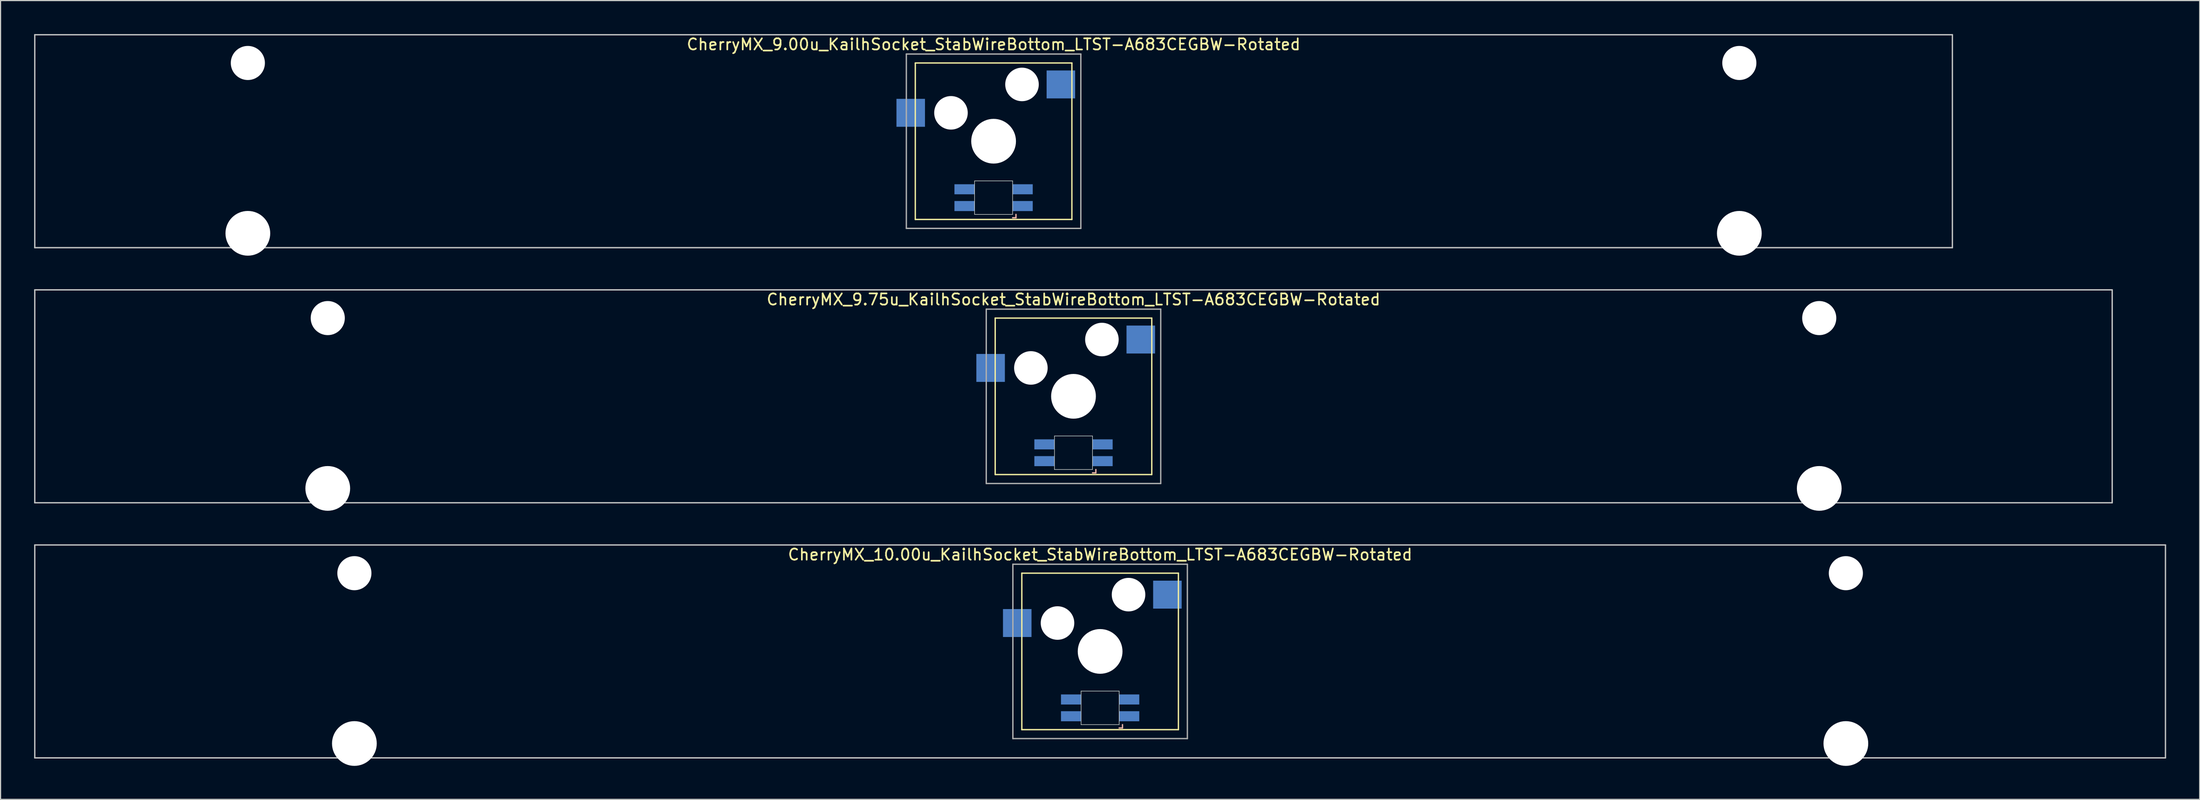
<source format=kicad_pcb>
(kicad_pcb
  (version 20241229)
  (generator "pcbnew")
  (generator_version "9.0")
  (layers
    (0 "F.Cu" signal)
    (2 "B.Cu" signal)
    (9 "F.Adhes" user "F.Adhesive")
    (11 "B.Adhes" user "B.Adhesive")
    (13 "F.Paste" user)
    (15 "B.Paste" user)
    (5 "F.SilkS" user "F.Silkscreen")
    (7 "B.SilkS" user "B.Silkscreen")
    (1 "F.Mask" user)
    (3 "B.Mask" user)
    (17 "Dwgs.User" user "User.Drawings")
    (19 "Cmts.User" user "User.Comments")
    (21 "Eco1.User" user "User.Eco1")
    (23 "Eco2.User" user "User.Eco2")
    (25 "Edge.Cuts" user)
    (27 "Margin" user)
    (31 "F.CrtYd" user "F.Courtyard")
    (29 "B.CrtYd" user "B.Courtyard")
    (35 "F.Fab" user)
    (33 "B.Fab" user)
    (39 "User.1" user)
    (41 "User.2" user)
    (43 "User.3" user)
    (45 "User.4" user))
  (footprint "CherryMX_9.75u_KailhSocket_StabWireBottom_LTST-A683CEGBW-Rotated"
    (layer "F.Cu")
    (at 92.929 32.41)
    (property "Reference" "CherryMX_9.75u_KailhSocket_StabWireBottom_LTST-A683CEGBW-Rotated" (at 0 -8.662 0) (layer "F.SilkS") (effects (font (size 1 1) (thickness 0.15))))
    (attr through_hole)
    (fp_line (start -7 -7) (end -7 7) (stroke (width 0.12) (type solid)) (layer "F.SilkS"))
    (fp_line (start -7 -7) (end 7 -7) (stroke (width 0.12) (type solid)) (layer "F.SilkS"))
    (fp_line (start 7 -7) (end 7 7) (stroke (width 0.12) (type solid)) (layer "F.SilkS"))
    (fp_line (start 7 7) (end -7 7) (stroke (width 0.12) (type solid)) (layer "F.SilkS"))
    (fp_line (start 1.7 6.85) (end 2 6.85) (stroke (width 0.12) (type solid)) (layer "B.SilkS"))
    (fp_line (start 2 6.85) (end 2 6.55) (stroke (width 0.12) (type solid)) (layer "B.SilkS"))
    (fp_line (start -92.869 -9.525) (end 92.869 -9.525) (stroke (width 0.12) (type solid)) (layer "Dwgs.User"))
    (fp_line (start -92.869 9.525) (end -92.869 -9.525) (stroke (width 0.12) (type solid)) (layer "Dwgs.User"))
    (fp_line (start 92.869 -9.525) (end 92.869 9.525) (stroke (width 0.12) (type solid)) (layer "Dwgs.User"))
    (fp_line (start 92.869 9.525) (end -92.869 9.525) (stroke (width 0.12) (type solid)) (layer "Dwgs.User"))
    (fp_line (start -1.7 3.55) (end 1.7 3.55) (stroke (width 0.05) (type solid)) (layer "Edge.Cuts"))
    (fp_line (start -1.7 6.55) (end -1.7 3.55) (stroke (width 0.05) (type solid)) (layer "Edge.Cuts"))
    (fp_line (start 1.7 3.55) (end 1.7 6.55) (stroke (width 0.05) (type solid)) (layer "Edge.Cuts"))
    (fp_line (start 1.7 6.55) (end -1.7 6.55) (stroke (width 0.05) (type solid)) (layer "Edge.Cuts"))
    (fp_line (start -7.8 -7.8) (end -7.8 7.8) (stroke (width 0.12) (type solid)) (layer "F.Fab"))
    (fp_line (start -7.8 -7.8) (end 7.8 -7.8) (stroke (width 0.12) (type solid)) (layer "F.Fab"))
    (fp_line (start -7.8 7.8) (end 7.8 7.8) (stroke (width 0.12) (type solid)) (layer "F.Fab"))
    (fp_line (start 7.8 -7.8) (end 7.8 7.8) (stroke (width 0.12) (type solid)) (layer "F.Fab"))
    (pad "" np_thru_hole circle (at -66.675 -7) (size 3.05 3.05) (drill 3.05) (layers "*.Cu" "*.Mask"))
    (pad "" np_thru_hole circle (at -66.675 8.24) (size 4 4) (drill 4) (layers "*.Cu" "*.Mask"))
    (pad "" np_thru_hole circle (at -3.81 -2.54) (size 3 3) (drill 3) (layers "*.Cu" "*.Mask"))
    (pad "" np_thru_hole circle (at 0 0) (size 4 4) (drill 4) (layers "*.Cu" "*.Mask"))
    (pad "" np_thru_hole circle (at 2.54 -5.08) (size 3 3) (drill 3) (layers "*.Cu" "*.Mask"))
    (pad "" np_thru_hole circle (at 66.675 -7) (size 3.05 3.05) (drill 3.05) (layers "*.Cu" "*.Mask"))
    (pad "" np_thru_hole circle (at 66.675 8.24) (size 4 4) (drill 4) (layers "*.Cu" "*.Mask"))
    (pad "1" smd rect (at -7.41 -2.54) (size 2.55 2.5) (layers "B.Cu" "B.Mask" "B.Paste"))
    (pad "2" smd rect (at 6.015 -5.08) (size 2.55 2.5) (layers "B.Cu" "B.Mask" "B.Paste"))
    (pad "3" smd rect (at 2.6 5.8) (size 1.8 0.9) (layers "B.Cu" "B.Mask" "B.Paste"))
    (pad "4" smd rect (at 2.6 4.3) (size 1.8 0.9) (layers "B.Cu" "B.Mask" "B.Paste"))
    (pad "5" smd rect (at -2.6 5.8) (size 1.8 0.9) (layers "B.Cu" "B.Mask" "B.Paste"))
    (pad "6" smd rect (at -2.6 4.3) (size 1.8 0.9) (layers "B.Cu" "B.Mask" "B.Paste")))
  (footprint "CherryMX_10.00u_KailhSocket_StabWireBottom_LTST-A683CEGBW-Rotated"
    (layer "F.Cu")
    (at 95.31 55.235)
    (property "Reference" "CherryMX_10.00u_KailhSocket_StabWireBottom_LTST-A683CEGBW-Rotated" (at 0 -8.662 0) (layer "F.SilkS") (effects (font (size 1 1) (thickness 0.15))))
    (attr through_hole)
    (fp_line (start -7 -7) (end -7 7) (stroke (width 0.12) (type solid)) (layer "F.SilkS"))
    (fp_line (start -7 -7) (end 7 -7) (stroke (width 0.12) (type solid)) (layer "F.SilkS"))
    (fp_line (start 7 -7) (end 7 7) (stroke (width 0.12) (type solid)) (layer "F.SilkS"))
    (fp_line (start 7 7) (end -7 7) (stroke (width 0.12) (type solid)) (layer "F.SilkS"))
    (fp_line (start 1.7 6.85) (end 2 6.85) (stroke (width 0.12) (type solid)) (layer "B.SilkS"))
    (fp_line (start 2 6.85) (end 2 6.55) (stroke (width 0.12) (type solid)) (layer "B.SilkS"))
    (fp_line (start -95.25 -9.525) (end 95.25 -9.525) (stroke (width 0.12) (type solid)) (layer "Dwgs.User"))
    (fp_line (start -95.25 9.525) (end -95.25 -9.525) (stroke (width 0.12) (type solid)) (layer "Dwgs.User"))
    (fp_line (start 95.25 -9.525) (end 95.25 9.525) (stroke (width 0.12) (type solid)) (layer "Dwgs.User"))
    (fp_line (start 95.25 9.525) (end -95.25 9.525) (stroke (width 0.12) (type solid)) (layer "Dwgs.User"))
    (fp_line (start -1.7 3.55) (end 1.7 3.55) (stroke (width 0.05) (type solid)) (layer "Edge.Cuts"))
    (fp_line (start -1.7 6.55) (end -1.7 3.55) (stroke (width 0.05) (type solid)) (layer "Edge.Cuts"))
    (fp_line (start 1.7 3.55) (end 1.7 6.55) (stroke (width 0.05) (type solid)) (layer "Edge.Cuts"))
    (fp_line (start 1.7 6.55) (end -1.7 6.55) (stroke (width 0.05) (type solid)) (layer "Edge.Cuts"))
    (fp_line (start -7.8 -7.8) (end -7.8 7.8) (stroke (width 0.12) (type solid)) (layer "F.Fab"))
    (fp_line (start -7.8 -7.8) (end 7.8 -7.8) (stroke (width 0.12) (type solid)) (layer "F.Fab"))
    (fp_line (start -7.8 7.8) (end 7.8 7.8) (stroke (width 0.12) (type solid)) (layer "F.Fab"))
    (fp_line (start 7.8 -7.8) (end 7.8 7.8) (stroke (width 0.12) (type solid)) (layer "F.Fab"))
    (pad "" np_thru_hole circle (at -66.675 -7) (size 3.05 3.05) (drill 3.05) (layers "*.Cu" "*.Mask"))
    (pad "" np_thru_hole circle (at -66.675 8.24) (size 4 4) (drill 4) (layers "*.Cu" "*.Mask"))
    (pad "" np_thru_hole circle (at -3.81 -2.54) (size 3 3) (drill 3) (layers "*.Cu" "*.Mask"))
    (pad "" np_thru_hole circle (at 0 0) (size 4 4) (drill 4) (layers "*.Cu" "*.Mask"))
    (pad "" np_thru_hole circle (at 2.54 -5.08) (size 3 3) (drill 3) (layers "*.Cu" "*.Mask"))
    (pad "" np_thru_hole circle (at 66.675 -7) (size 3.05 3.05) (drill 3.05) (layers "*.Cu" "*.Mask"))
    (pad "" np_thru_hole circle (at 66.675 8.24) (size 4 4) (drill 4) (layers "*.Cu" "*.Mask"))
    (pad "1" smd rect (at -7.41 -2.54) (size 2.55 2.5) (layers "B.Cu" "B.Mask" "B.Paste"))
    (pad "2" smd rect (at 6.015 -5.08) (size 2.55 2.5) (layers "B.Cu" "B.Mask" "B.Paste"))
    (pad "3" smd rect (at 2.6 5.8) (size 1.8 0.9) (layers "B.Cu" "B.Mask" "B.Paste"))
    (pad "4" smd rect (at 2.6 4.3) (size 1.8 0.9) (layers "B.Cu" "B.Mask" "B.Paste"))
    (pad "5" smd rect (at -2.6 5.8) (size 1.8 0.9) (layers "B.Cu" "B.Mask" "B.Paste"))
    (pad "6" smd rect (at -2.6 4.3) (size 1.8 0.9) (layers "B.Cu" "B.Mask" "B.Paste")))
  (footprint "CherryMX_9.00u_KailhSocket_StabWireBottom_LTST-A683CEGBW-Rotated"
    (layer "F.Cu")
    (at 85.785 9.585)
    (property "Reference" "CherryMX_9.00u_KailhSocket_StabWireBottom_LTST-A683CEGBW-Rotated" (at 0 -8.662 0) (layer "F.SilkS") (effects (font (size 1 1) (thickness 0.15))))
    (attr through_hole)
    (fp_line (start -7 -7) (end -7 7) (stroke (width 0.12) (type solid)) (layer "F.SilkS"))
    (fp_line (start -7 -7) (end 7 -7) (stroke (width 0.12) (type solid)) (layer "F.SilkS"))
    (fp_line (start 7 -7) (end 7 7) (stroke (width 0.12) (type solid)) (layer "F.SilkS"))
    (fp_line (start 7 7) (end -7 7) (stroke (width 0.12) (type solid)) (layer "F.SilkS"))
    (fp_line (start 1.7 6.85) (end 2 6.85) (stroke (width 0.12) (type solid)) (layer "B.SilkS"))
    (fp_line (start 2 6.85) (end 2 6.55) (stroke (width 0.12) (type solid)) (layer "B.SilkS"))
    (fp_line (start -85.725 -9.525) (end 85.725 -9.525) (stroke (width 0.12) (type solid)) (layer "Dwgs.User"))
    (fp_line (start -85.725 9.525) (end -85.725 -9.525) (stroke (width 0.12) (type solid)) (layer "Dwgs.User"))
    (fp_line (start 85.725 -9.525) (end 85.725 9.525) (stroke (width 0.12) (type solid)) (layer "Dwgs.User"))
    (fp_line (start 85.725 9.525) (end -85.725 9.525) (stroke (width 0.12) (type solid)) (layer "Dwgs.User"))
    (fp_line (start -1.7 3.55) (end 1.7 3.55) (stroke (width 0.05) (type solid)) (layer "Edge.Cuts"))
    (fp_line (start -1.7 6.55) (end -1.7 3.55) (stroke (width 0.05) (type solid)) (layer "Edge.Cuts"))
    (fp_line (start 1.7 3.55) (end 1.7 6.55) (stroke (width 0.05) (type solid)) (layer "Edge.Cuts"))
    (fp_line (start 1.7 6.55) (end -1.7 6.55) (stroke (width 0.05) (type solid)) (layer "Edge.Cuts"))
    (fp_line (start -7.8 -7.8) (end -7.8 7.8) (stroke (width 0.12) (type solid)) (layer "F.Fab"))
    (fp_line (start -7.8 -7.8) (end 7.8 -7.8) (stroke (width 0.12) (type solid)) (layer "F.Fab"))
    (fp_line (start -7.8 7.8) (end 7.8 7.8) (stroke (width 0.12) (type solid)) (layer "F.Fab"))
    (fp_line (start 7.8 -7.8) (end 7.8 7.8) (stroke (width 0.12) (type solid)) (layer "F.Fab"))
    (pad "" np_thru_hole circle (at -66.675 -7) (size 3.05 3.05) (drill 3.05) (layers "*.Cu" "*.Mask"))
    (pad "" np_thru_hole circle (at -66.675 8.24) (size 4 4) (drill 4) (layers "*.Cu" "*.Mask"))
    (pad "" np_thru_hole circle (at -3.81 -2.54) (size 3 3) (drill 3) (layers "*.Cu" "*.Mask"))
    (pad "" np_thru_hole circle (at 0 0) (size 4 4) (drill 4) (layers "*.Cu" "*.Mask"))
    (pad "" np_thru_hole circle (at 2.54 -5.08) (size 3 3) (drill 3) (layers "*.Cu" "*.Mask"))
    (pad "" np_thru_hole circle (at 66.675 -7) (size 3.05 3.05) (drill 3.05) (layers "*.Cu" "*.Mask"))
    (pad "" np_thru_hole circle (at 66.675 8.24) (size 4 4) (drill 4) (layers "*.Cu" "*.Mask"))
    (pad "1" smd rect (at -7.41 -2.54) (size 2.55 2.5) (layers "B.Cu" "B.Mask" "B.Paste"))
    (pad "2" smd rect (at 6.015 -5.08) (size 2.55 2.5) (layers "B.Cu" "B.Mask" "B.Paste"))
    (pad "3" smd rect (at 2.6 5.8) (size 1.8 0.9) (layers "B.Cu" "B.Mask" "B.Paste"))
    (pad "4" smd rect (at 2.6 4.3) (size 1.8 0.9) (layers "B.Cu" "B.Mask" "B.Paste"))
    (pad "5" smd rect (at -2.6 5.8) (size 1.8 0.9) (layers "B.Cu" "B.Mask" "B.Paste"))
    (pad "6" smd rect (at -2.6 4.3) (size 1.8 0.9) (layers "B.Cu" "B.Mask" "B.Paste")))
  (gr_rect
    (start -3 -3)
    (end 193.62 68.475)
    (stroke (width 0.1) (type default))
    (fill no)
    (layer "Edge.Cuts")))
</source>
